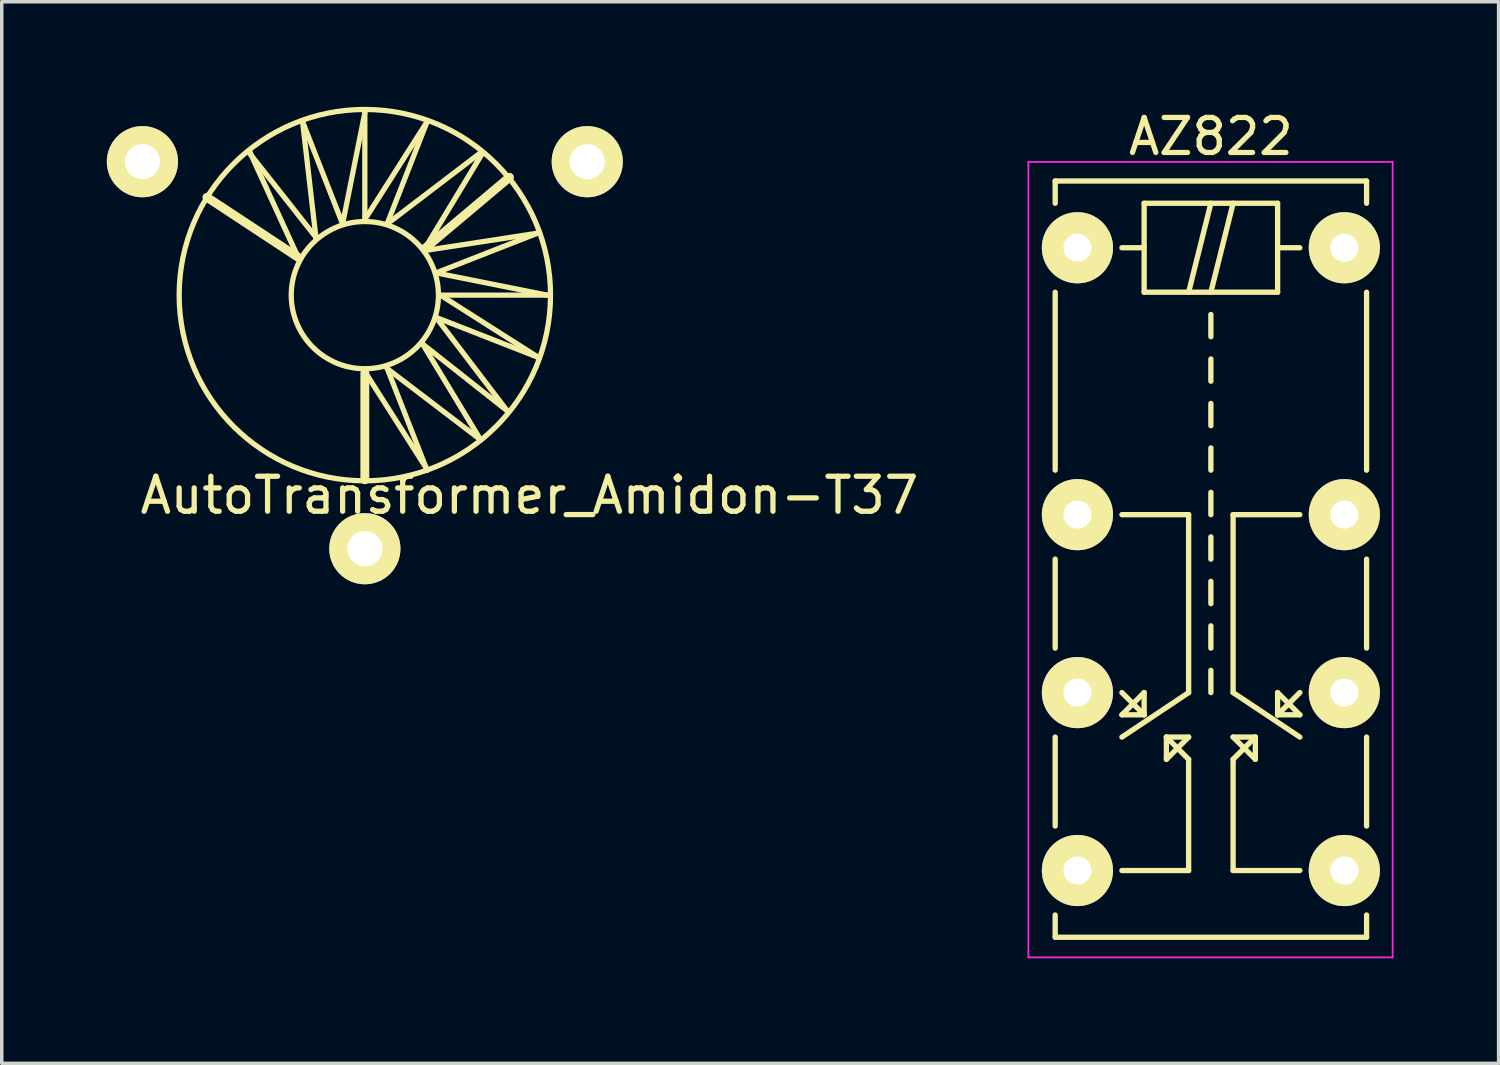
<source format=kicad_pcb>
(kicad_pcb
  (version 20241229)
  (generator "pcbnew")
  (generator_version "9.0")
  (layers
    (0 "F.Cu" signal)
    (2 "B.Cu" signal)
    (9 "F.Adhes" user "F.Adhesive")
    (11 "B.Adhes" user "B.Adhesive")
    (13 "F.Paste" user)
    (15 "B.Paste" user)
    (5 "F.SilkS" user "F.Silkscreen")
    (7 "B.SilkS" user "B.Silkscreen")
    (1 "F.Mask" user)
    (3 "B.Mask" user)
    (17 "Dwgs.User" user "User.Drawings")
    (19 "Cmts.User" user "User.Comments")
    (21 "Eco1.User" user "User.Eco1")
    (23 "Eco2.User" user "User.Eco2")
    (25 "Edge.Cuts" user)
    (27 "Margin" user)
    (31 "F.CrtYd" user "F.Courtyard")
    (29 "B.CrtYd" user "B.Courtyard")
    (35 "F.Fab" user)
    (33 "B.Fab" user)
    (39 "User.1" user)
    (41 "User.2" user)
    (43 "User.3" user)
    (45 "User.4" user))
  (footprint "AutoTransformer_Amidon-T37"
    (layer "F.Cu")
    (at 7.366 5.376)
    (property "Reference" "AutoTransformer_Amidon-T37" (at 4.699 5.715 0) (layer "F.SilkS") (effects (font (size 1 1) (thickness 0.15))))
    (attr through_hole)
    (fp_line (start -4.508 -2.794) (end -1.905 -1.079) (stroke (width 0.254) (type solid)) (layer "F.SilkS"))
    (fp_line (start -3.302 -4.064) (end -1.397 -1.651) (stroke (width 0.15) (type solid)) (layer "F.SilkS"))
    (fp_line (start -1.905 -1.079) (end -3.302 -4.128) (stroke (width 0.152) (type solid)) (layer "F.SilkS"))
    (fp_line (start -1.778 -4.953) (end -1.397 -1.651) (stroke (width 0.15) (type solid)) (layer "F.SilkS"))
    (fp_line (start -1.778 -4.953) (end -0.635 -2.032) (stroke (width 0.15) (type solid)) (layer "F.SilkS"))
    (fp_line (start 0 -5.207) (end -0.635 -2.032) (stroke (width 0.15) (type solid)) (layer "F.SilkS"))
    (fp_line (start 0 -2.159) (end 0 -5.207) (stroke (width 0.15) (type solid)) (layer "F.SilkS"))
    (fp_line (start 0 2.223) (end 0 5.271) (stroke (width 0.254) (type solid)) (layer "F.SilkS"))
    (fp_line (start 0.635 -2.032) (end 1.778 -4.953) (stroke (width 0.15) (type solid)) (layer "F.SilkS"))
    (fp_line (start 0.635 2.083) (end 1.778 5.004) (stroke (width 0.15) (type solid)) (layer "F.SilkS"))
    (fp_line (start 1.651 1.397) (end 3.302 4.128) (stroke (width 0.152) (type solid)) (layer "F.SilkS"))
    (fp_line (start 1.689 -1.27) (end 4.991 -1.778) (stroke (width 0.15) (type solid)) (layer "F.SilkS"))
    (fp_line (start 1.714 -1.333) (end 4.128 -3.365) (stroke (width 0.254) (type solid)) (layer "F.SilkS"))
    (fp_line (start 1.778 -4.953) (end 0 -2.159) (stroke (width 0.15) (type solid)) (layer "F.SilkS"))
    (fp_line (start 1.778 4.978) (end 0 2.184) (stroke (width 0.15) (type solid)) (layer "F.SilkS"))
    (fp_line (start 2.032 -0.635) (end 4.953 -1.778) (stroke (width 0.15) (type solid)) (layer "F.SilkS"))
    (fp_line (start 2.032 -0.635) (end 5.207 0) (stroke (width 0.15) (type solid)) (layer "F.SilkS"))
    (fp_line (start 2.032 0.635) (end 4.064 3.302) (stroke (width 0.15) (type solid)) (layer "F.SilkS"))
    (fp_line (start 2.032 0.635) (end 4.953 1.778) (stroke (width 0.15) (type solid)) (layer "F.SilkS"))
    (fp_line (start 2.159 0) (end 4.953 1.778) (stroke (width 0.15) (type solid)) (layer "F.SilkS"))
    (fp_line (start 2.159 0) (end 5.207 0) (stroke (width 0.15) (type solid)) (layer "F.SilkS"))
    (fp_line (start 3.302 -4.064) (end 0.635 -2.032) (stroke (width 0.15) (type solid)) (layer "F.SilkS"))
    (fp_line (start 3.302 4.128) (end 0.635 2.095) (stroke (width 0.15) (type solid)) (layer "F.SilkS"))
    (fp_line (start 3.365 -4.064) (end 1.714 -1.333) (stroke (width 0.152) (type solid)) (layer "F.SilkS"))
    (fp_line (start 4.064 3.302) (end 1.651 1.397) (stroke (width 0.15) (type solid)) (layer "F.SilkS"))
    (fp_circle (center 0 0) (end 2.101 0) (stroke (width 0.15) (type solid)) (fill no) (layer "F.SilkS"))
    (fp_circle (center 0 0) (end 5.301 0) (stroke (width 0.15) (type solid)) (fill no) (layer "F.SilkS"))
    (pad "1" thru_hole circle (at 0 7.239) (size 2.032 2.032) (drill 1) (layers "*.Cu" "*.Mask" "F.SilkS"))
    (pad "2" thru_hole circle (at 6.35 -3.81) (size 2.032 2.032) (drill 1) (layers "*.Cu" "*.Mask" "F.SilkS"))
    (pad "3" thru_hole circle (at -6.35 -3.81) (size 2.032 2.032) (drill 1) (layers "*.Cu" "*.Mask" "F.SilkS")))
  (footprint "AZ822"
    (layer "F.Cu")
    (at 31.52 12.913)
    (property "Reference" "AZ822" (at 0 -12.065 0) (layer "F.SilkS") (effects (font (size 1 1) (thickness 0.15))))
    (attr through_hole)
    (fp_line (start -4.445 -10.795) (end 4.445 -10.795) (stroke (width 0.152) (type solid)) (layer "F.SilkS"))
    (fp_line (start -4.445 -10.16) (end -4.445 -10.795) (stroke (width 0.152) (type solid)) (layer "F.SilkS"))
    (fp_line (start -4.445 -7.62) (end -4.445 -2.54) (stroke (width 0.152) (type solid)) (layer "F.SilkS"))
    (fp_line (start -4.445 0) (end -4.445 2.54) (stroke (width 0.152) (type solid)) (layer "F.SilkS"))
    (fp_line (start -4.445 5.08) (end -4.445 7.62) (stroke (width 0.152) (type solid)) (layer "F.SilkS"))
    (fp_line (start -4.445 10.16) (end -4.445 10.795) (stroke (width 0.152) (type solid)) (layer "F.SilkS"))
    (fp_line (start -4.445 10.795) (end 4.445 10.795) (stroke (width 0.152) (type solid)) (layer "F.SilkS"))
    (fp_line (start -2.54 -1.27) (end -0.635 -1.27) (stroke (width 0.152) (type solid)) (layer "F.SilkS"))
    (fp_line (start -2.54 3.81) (end -1.905 4.445) (stroke (width 0.152) (type solid)) (layer "F.SilkS"))
    (fp_line (start -2.54 4.445) (end -1.905 3.81) (stroke (width 0.152) (type solid)) (layer "F.SilkS"))
    (fp_line (start -2.54 8.89) (end -0.635 8.89) (stroke (width 0.152) (type solid)) (layer "F.SilkS"))
    (fp_line (start -1.905 -10.16) (end -1.905 -7.62) (stroke (width 0.152) (type solid)) (layer "F.SilkS"))
    (fp_line (start -1.905 -8.89) (end -2.54 -8.89) (stroke (width 0.152) (type solid)) (layer "F.SilkS"))
    (fp_line (start -1.905 -7.62) (end 1.905 -7.62) (stroke (width 0.152) (type solid)) (layer "F.SilkS"))
    (fp_line (start -1.905 4.445) (end -2.54 4.445) (stroke (width 0.152) (type solid)) (layer "F.SilkS"))
    (fp_line (start -1.905 4.445) (end -1.905 3.81) (stroke (width 0.152) (type solid)) (layer "F.SilkS"))
    (fp_line (start -1.27 5.08) (end -1.27 5.715) (stroke (width 0.152) (type solid)) (layer "F.SilkS"))
    (fp_line (start -1.27 5.08) (end -0.635 5.08) (stroke (width 0.152) (type solid)) (layer "F.SilkS"))
    (fp_line (start -1.27 5.715) (end -0.635 5.08) (stroke (width 0.152) (type solid)) (layer "F.SilkS"))
    (fp_line (start -0.635 -1.27) (end -0.635 3.81) (stroke (width 0.152) (type solid)) (layer "F.SilkS"))
    (fp_line (start -0.635 3.81) (end -2.54 5.08) (stroke (width 0.152) (type solid)) (layer "F.SilkS"))
    (fp_line (start -0.635 5.715) (end -1.27 5.08) (stroke (width 0.152) (type solid)) (layer "F.SilkS"))
    (fp_line (start -0.635 8.89) (end -0.635 5.715) (stroke (width 0.152) (type solid)) (layer "F.SilkS"))
    (fp_line (start 0 -10.16) (end -0.635 -7.62) (stroke (width 0.152) (type solid)) (layer "F.SilkS"))
    (fp_line (start 0 -6.985) (end 0 -6.35) (stroke (width 0.152) (type solid)) (layer "F.SilkS"))
    (fp_line (start 0 -5.715) (end 0 -5.08) (stroke (width 0.152) (type solid)) (layer "F.SilkS"))
    (fp_line (start 0 -4.445) (end 0 -3.81) (stroke (width 0.152) (type solid)) (layer "F.SilkS"))
    (fp_line (start 0 -3.175) (end 0 -2.54) (stroke (width 0.152) (type solid)) (layer "F.SilkS"))
    (fp_line (start 0 -1.905) (end 0 -1.27) (stroke (width 0.152) (type solid)) (layer "F.SilkS"))
    (fp_line (start 0 0) (end 0 -0.635) (stroke (width 0.152) (type solid)) (layer "F.SilkS"))
    (fp_line (start 0 0.635) (end 0 1.27) (stroke (width 0.152) (type solid)) (layer "F.SilkS"))
    (fp_line (start 0 1.905) (end 0 2.54) (stroke (width 0.152) (type solid)) (layer "F.SilkS"))
    (fp_line (start 0 3.175) (end 0 3.81) (stroke (width 0.152) (type solid)) (layer "F.SilkS"))
    (fp_line (start 0.635 -10.16) (end 0 -7.62) (stroke (width 0.152) (type solid)) (layer "F.SilkS"))
    (fp_line (start 0.635 -1.27) (end 2.54 -1.27) (stroke (width 0.152) (type solid)) (layer "F.SilkS"))
    (fp_line (start 0.635 3.81) (end 0.635 -1.27) (stroke (width 0.152) (type solid)) (layer "F.SilkS"))
    (fp_line (start 0.635 3.81) (end 2.54 5.08) (stroke (width 0.152) (type solid)) (layer "F.SilkS"))
    (fp_line (start 0.635 5.08) (end 1.27 5.08) (stroke (width 0.152) (type solid)) (layer "F.SilkS"))
    (fp_line (start 0.635 5.08) (end 1.27 5.715) (stroke (width 0.152) (type solid)) (layer "F.SilkS"))
    (fp_line (start 0.635 5.715) (end 0.635 8.89) (stroke (width 0.152) (type solid)) (layer "F.SilkS"))
    (fp_line (start 0.635 8.89) (end 2.54 8.89) (stroke (width 0.152) (type solid)) (layer "F.SilkS"))
    (fp_line (start 1.27 5.08) (end 0.635 5.715) (stroke (width 0.152) (type solid)) (layer "F.SilkS"))
    (fp_line (start 1.27 5.08) (end 1.27 5.715) (stroke (width 0.152) (type solid)) (layer "F.SilkS"))
    (fp_line (start 1.905 -10.16) (end -1.905 -10.16) (stroke (width 0.152) (type solid)) (layer "F.SilkS"))
    (fp_line (start 1.905 -8.89) (end 2.54 -8.89) (stroke (width 0.152) (type solid)) (layer "F.SilkS"))
    (fp_line (start 1.905 -7.62) (end 1.905 -10.16) (stroke (width 0.152) (type solid)) (layer "F.SilkS"))
    (fp_line (start 1.905 3.81) (end 2.54 4.445) (stroke (width 0.152) (type solid)) (layer "F.SilkS"))
    (fp_line (start 1.905 4.445) (end 1.905 3.81) (stroke (width 0.152) (type solid)) (layer "F.SilkS"))
    (fp_line (start 2.54 3.81) (end 1.905 4.445) (stroke (width 0.152) (type solid)) (layer "F.SilkS"))
    (fp_line (start 2.54 4.445) (end 1.905 4.445) (stroke (width 0.152) (type solid)) (layer "F.SilkS"))
    (fp_line (start 4.445 -10.795) (end 4.445 -10.16) (stroke (width 0.152) (type solid)) (layer "F.SilkS"))
    (fp_line (start 4.445 -7.62) (end 4.445 -2.54) (stroke (width 0.152) (type solid)) (layer "F.SilkS"))
    (fp_line (start 4.445 0) (end 4.445 2.54) (stroke (width 0.152) (type solid)) (layer "F.SilkS"))
    (fp_line (start 4.445 5.08) (end 4.445 7.62) (stroke (width 0.152) (type solid)) (layer "F.SilkS"))
    (fp_line (start 4.445 10.795) (end 4.445 10.16) (stroke (width 0.152) (type solid)) (layer "F.SilkS"))
    (fp_line (start -5.21 -11.34) (end -5.21 11.37) (stroke (width 0.05) (type solid)) (layer "F.CrtYd"))
    (fp_line (start -5.21 -11.34) (end 5.19 -11.34) (stroke (width 0.05) (type solid)) (layer "F.CrtYd"))
    (fp_line (start -5.21 11.37) (end 5.19 11.37) (stroke (width 0.05) (type solid)) (layer "F.CrtYd"))
    (fp_line (start 5.19 -11.34) (end 5.19 11.37) (stroke (width 0.05) (type solid)) (layer "F.CrtYd"))
    (pad "1" thru_hole oval (at -3.81 -8.89) (size 2.032 2.032) (drill 0.8) (layers "*.Cu" "*.Mask" "F.SilkS"))
    (pad "4" thru_hole oval (at -3.81 -1.27) (size 2.032 2.032) (drill 0.8) (layers "*.Cu" "*.Mask" "F.SilkS"))
    (pad "6" thru_hole oval (at -3.81 3.81) (size 2.032 2.032) (drill 0.8) (layers "*.Cu" "*.Mask" "F.SilkS"))
    (pad "8" thru_hole oval (at -3.81 8.89) (size 2.032 2.032) (drill 0.8) (layers "*.Cu" "*.Mask" "F.SilkS"))
    (pad "9" thru_hole oval (at 3.81 8.89) (size 2.032 2.032) (drill 0.8) (layers "*.Cu" "*.Mask" "F.SilkS"))
    (pad "11" thru_hole oval (at 3.81 3.81) (size 2.032 2.032) (drill 0.8) (layers "*.Cu" "*.Mask" "F.SilkS"))
    (pad "13" thru_hole oval (at 3.81 -1.27) (size 2.032 2.032) (drill 0.8) (layers "*.Cu" "*.Mask" "F.SilkS"))
    (pad "16" thru_hole oval (at 3.81 -8.89) (size 2.032 2.032) (drill 0.8) (layers "*.Cu" "*.Mask" "F.SilkS")))
  (gr_rect
    (start -3 -3)
    (end 39.735 27.308)
    (stroke (width 0.1) (type default))
    (fill no)
    (layer "Edge.Cuts")))
</source>
